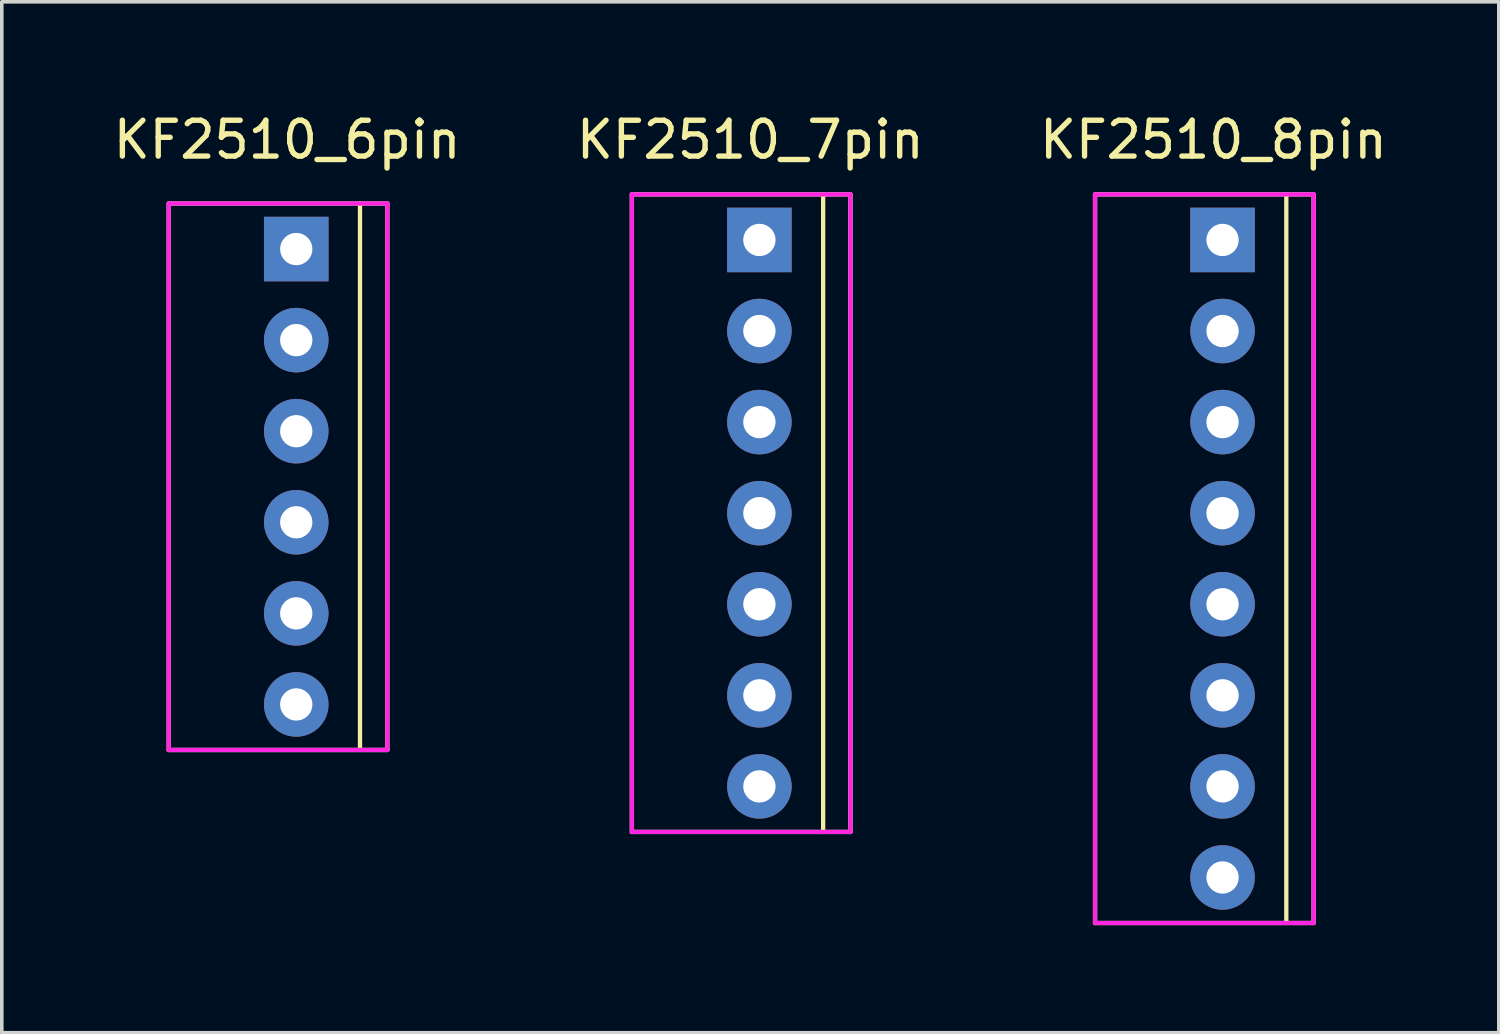
<source format=kicad_pcb>
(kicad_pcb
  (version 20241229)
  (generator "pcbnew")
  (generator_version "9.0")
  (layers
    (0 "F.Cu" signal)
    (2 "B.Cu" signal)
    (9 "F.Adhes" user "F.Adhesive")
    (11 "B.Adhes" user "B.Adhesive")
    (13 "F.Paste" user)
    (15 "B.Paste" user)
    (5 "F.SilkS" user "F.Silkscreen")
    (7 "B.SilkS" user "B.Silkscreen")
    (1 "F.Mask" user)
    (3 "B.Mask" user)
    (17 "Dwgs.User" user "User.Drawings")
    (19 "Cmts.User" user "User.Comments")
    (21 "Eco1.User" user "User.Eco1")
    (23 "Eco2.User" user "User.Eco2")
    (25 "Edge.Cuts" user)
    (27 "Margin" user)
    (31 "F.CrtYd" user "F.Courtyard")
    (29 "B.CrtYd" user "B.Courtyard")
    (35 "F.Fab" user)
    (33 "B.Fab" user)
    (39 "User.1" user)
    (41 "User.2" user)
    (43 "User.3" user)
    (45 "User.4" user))
  (footprint "KF2510_8pin"
    (layer "F.Cu")
    (at 31.046 3.642)
    (property "Reference" "KF2510_8pin" (at -0.254 -2.794 0) (layer "F.SilkS") (effects (font (size 1 1) (thickness 0.15))))
    (attr through_hole)
    (fp_line (start -3.556 -1.27) (end -3.556 19.05) (stroke (width 0.12) (type solid)) (layer "F.SilkS"))
    (fp_line (start -3.556 19.05) (end 2.54 19.05) (stroke (width 0.12) (type solid)) (layer "F.SilkS"))
    (fp_line (start 1.778 -1.27) (end 1.778 19.05) (stroke (width 0.12) (type solid)) (layer "F.SilkS"))
    (fp_line (start 2.54 -1.27) (end -3.556 -1.27) (stroke (width 0.12) (type solid)) (layer "F.SilkS"))
    (fp_line (start 2.54 19.05) (end 2.54 -1.27) (stroke (width 0.12) (type solid)) (layer "F.SilkS"))
    (fp_line (start -3.556 -1.27) (end 2.54 -1.27) (stroke (width 0.12) (type solid)) (layer "F.CrtYd"))
    (fp_line (start -3.556 19.05) (end -3.556 -1.27) (stroke (width 0.12) (type solid)) (layer "F.CrtYd"))
    (fp_line (start 2.54 -1.27) (end 2.54 19.05) (stroke (width 0.12) (type solid)) (layer "F.CrtYd"))
    (fp_line (start 2.54 19.05) (end -3.556 19.05) (stroke (width 0.12) (type solid)) (layer "F.CrtYd"))
    (pad "1" thru_hole rect (at 0 0) (size 1.8 1.8) (drill 0.9) (layers "*.Cu" "*.Mask"))
    (pad "2" thru_hole circle (at 0 2.54) (size 1.8 1.8) (drill 0.9) (layers "*.Cu" "*.Mask"))
    (pad "3" thru_hole circle (at 0 5.08) (size 1.8 1.8) (drill 0.9) (layers "*.Cu" "*.Mask"))
    (pad "4" thru_hole circle (at 0 7.62) (size 1.8 1.8) (drill 0.9) (layers "*.Cu" "*.Mask"))
    (pad "5" thru_hole circle (at 0 10.16) (size 1.8 1.8) (drill 0.9) (layers "*.Cu" "*.Mask"))
    (pad "6" thru_hole circle (at 0 12.7) (size 1.8 1.8) (drill 0.9) (layers "*.Cu" "*.Mask"))
    (pad "7" thru_hole circle (at 0 15.24) (size 1.8 1.8) (drill 0.9) (layers "*.Cu" "*.Mask"))
    (pad "8" thru_hole circle (at 0 17.78) (size 1.8 1.8) (drill 0.9) (layers "*.Cu" "*.Mask")))
  (footprint "KF2510_7pin"
    (layer "F.Cu")
    (at 18.129 3.642)
    (property "Reference" "KF2510_7pin" (at -0.254 -2.794 0) (layer "F.SilkS") (effects (font (size 1 1) (thickness 0.15))))
    (attr through_hole)
    (fp_line (start -3.556 -1.27) (end -3.556 16.51) (stroke (width 0.12) (type solid)) (layer "F.SilkS"))
    (fp_line (start -3.556 16.51) (end 2.54 16.51) (stroke (width 0.12) (type solid)) (layer "F.SilkS"))
    (fp_line (start 1.778 -1.27) (end 1.778 16.51) (stroke (width 0.12) (type solid)) (layer "F.SilkS"))
    (fp_line (start 2.54 -1.27) (end -3.556 -1.27) (stroke (width 0.12) (type solid)) (layer "F.SilkS"))
    (fp_line (start 2.54 16.51) (end 2.54 -1.27) (stroke (width 0.12) (type solid)) (layer "F.SilkS"))
    (fp_line (start -3.556 -1.27) (end 2.54 -1.27) (stroke (width 0.12) (type solid)) (layer "F.CrtYd"))
    (fp_line (start -3.556 16.51) (end -3.556 -1.27) (stroke (width 0.12) (type solid)) (layer "F.CrtYd"))
    (fp_line (start 2.54 -1.27) (end 2.54 16.51) (stroke (width 0.12) (type solid)) (layer "F.CrtYd"))
    (fp_line (start 2.54 16.51) (end -3.556 16.51) (stroke (width 0.12) (type solid)) (layer "F.CrtYd"))
    (pad "1" thru_hole rect (at 0 0) (size 1.8 1.8) (drill 0.9) (layers "*.Cu" "*.Mask"))
    (pad "2" thru_hole circle (at 0 2.54) (size 1.8 1.8) (drill 0.9) (layers "*.Cu" "*.Mask"))
    (pad "3" thru_hole circle (at 0 5.08) (size 1.8 1.8) (drill 0.9) (layers "*.Cu" "*.Mask"))
    (pad "4" thru_hole circle (at 0 7.62) (size 1.8 1.8) (drill 0.9) (layers "*.Cu" "*.Mask"))
    (pad "5" thru_hole circle (at 0 10.16) (size 1.8 1.8) (drill 0.9) (layers "*.Cu" "*.Mask"))
    (pad "6" thru_hole circle (at 0 12.7) (size 1.8 1.8) (drill 0.9) (layers "*.Cu" "*.Mask"))
    (pad "7" thru_hole circle (at 0 15.24) (size 1.8 1.8) (drill 0.9) (layers "*.Cu" "*.Mask")))
  (footprint "KF2510_6pin"
    (layer "F.Cu")
    (at 5.212 3.896)
    (property "Reference" "KF2510_6pin" (at -0.254 -3.048 0) (layer "F.SilkS") (effects (font (size 1 1) (thickness 0.15))))
    (attr through_hole)
    (fp_line (start -3.556 -1.27) (end -3.556 13.97) (stroke (width 0.12) (type solid)) (layer "F.SilkS"))
    (fp_line (start -3.556 13.97) (end 2.54 13.97) (stroke (width 0.12) (type solid)) (layer "F.SilkS"))
    (fp_line (start 1.778 -1.27) (end 1.778 13.97) (stroke (width 0.12) (type solid)) (layer "F.SilkS"))
    (fp_line (start 2.54 -1.27) (end -3.556 -1.27) (stroke (width 0.12) (type solid)) (layer "F.SilkS"))
    (fp_line (start 2.54 13.97) (end 2.54 -1.27) (stroke (width 0.12) (type solid)) (layer "F.SilkS"))
    (fp_line (start -3.556 -1.27) (end 2.54 -1.27) (stroke (width 0.12) (type solid)) (layer "F.CrtYd"))
    (fp_line (start -3.556 13.97) (end -3.556 -1.27) (stroke (width 0.12) (type solid)) (layer "F.CrtYd"))
    (fp_line (start 2.54 -1.27) (end 2.54 13.97) (stroke (width 0.12) (type solid)) (layer "F.CrtYd"))
    (fp_line (start 2.54 13.97) (end -3.556 13.97) (stroke (width 0.12) (type solid)) (layer "F.CrtYd"))
    (pad "1" thru_hole rect (at 0 0) (size 1.8 1.8) (drill 0.9) (layers "*.Cu" "*.Mask"))
    (pad "2" thru_hole circle (at 0 2.54) (size 1.8 1.8) (drill 0.9) (layers "*.Cu" "*.Mask"))
    (pad "3" thru_hole circle (at 0 5.08) (size 1.8 1.8) (drill 0.9) (layers "*.Cu" "*.Mask"))
    (pad "4" thru_hole circle (at 0 7.62) (size 1.8 1.8) (drill 0.9) (layers "*.Cu" "*.Mask"))
    (pad "5" thru_hole circle (at 0 10.16) (size 1.8 1.8) (drill 0.9) (layers "*.Cu" "*.Mask"))
    (pad "6" thru_hole circle (at 0 12.7) (size 1.8 1.8) (drill 0.9) (layers "*.Cu" "*.Mask")))
  (gr_rect
    (start -3 -3)
    (end 38.75 25.752)
    (stroke (width 0.1) (type default))
    (fill no)
    (layer "Edge.Cuts")))
</source>
